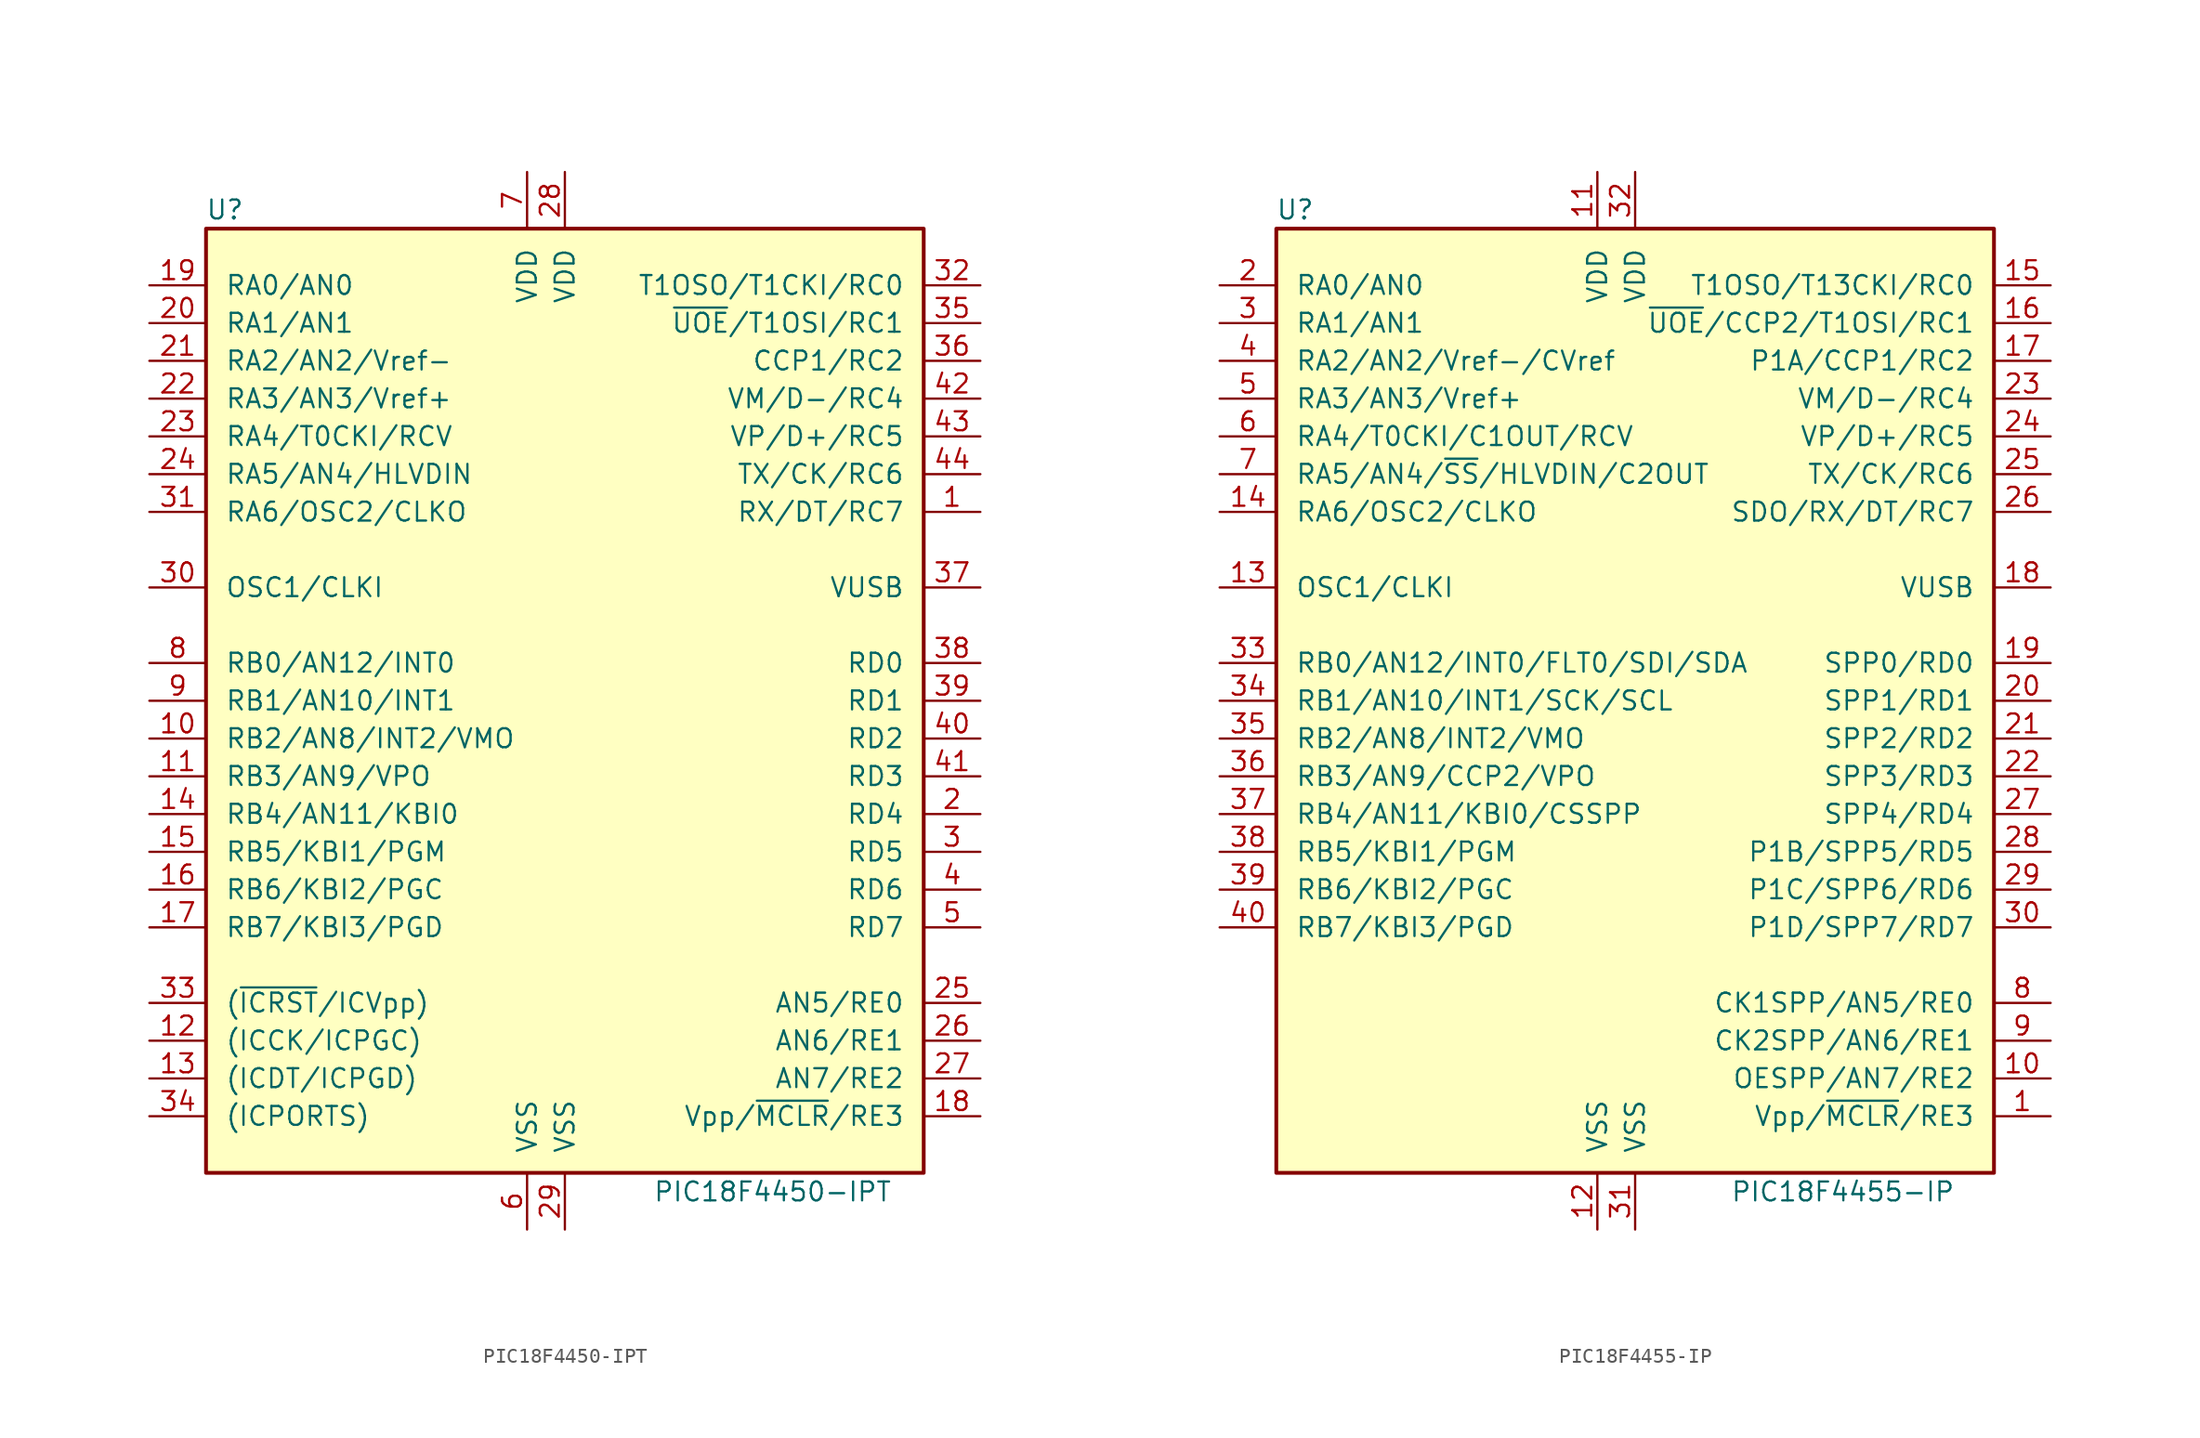
<source format=kicad_sym>
(kicad_symbol_lib
  (version 20201005)
  (generator kicad_symbol_editor)
  (symbol "PIC18F4450-IPT"
    (pin_names
      (offset 1.27))
    (property "Reference" "U"
      (at -22.86 33.02 0)
      (effects (font (size 1.27 1.27))))
    (property "Value" "PIC18F4450-IPT"
      (at 13.97 -33.02 0)
      (effects (font (size 1.27 1.27))))
    (symbol "PIC18F4450-IPT_0_1"
      (rectangle (start -24.13 31.75) (end 24.13 -31.75) (stroke (width 0.254)) (fill (type background))))
    (symbol "PIC18F4450-IPT_1_1"
      (pin bidirectional line (at 27.94 12.7 180) (length 3.81) (name "RX/DT/RC7" (effects (font (size 1.27 1.27)))) (number "1" (effects (font (size 1.27 1.27)))))
      (pin bidirectional line (at -27.94 -2.54 0) (length 3.81) (name "RB2/AN8/INT2/VMO" (effects (font (size 1.27 1.27)))) (number "10" (effects (font (size 1.27 1.27)))))
      (pin bidirectional line (at -27.94 -5.08 0) (length 3.81) (name "RB3/AN9/VPO" (effects (font (size 1.27 1.27)))) (number "11" (effects (font (size 1.27 1.27)))))
      (pin bidirectional line (at -27.94 -22.86 0) (length 3.81) (name "(ICCK/ICPGC)" (effects (font (size 1.27 1.27)))) (number "12" (effects (font (size 1.27 1.27)))))
      (pin bidirectional line (at -27.94 -25.4 0) (length 3.81) (name "(ICDT/ICPGD)" (effects (font (size 1.27 1.27)))) (number "13" (effects (font (size 1.27 1.27)))))
      (pin bidirectional line (at -27.94 -7.62 0) (length 3.81) (name "RB4/AN11/KBI0" (effects (font (size 1.27 1.27)))) (number "14" (effects (font (size 1.27 1.27)))))
      (pin bidirectional line (at -27.94 -10.16 0) (length 3.81) (name "RB5/KBI1/PGM" (effects (font (size 1.27 1.27)))) (number "15" (effects (font (size 1.27 1.27)))))
      (pin bidirectional line (at -27.94 -12.7 0) (length 3.81) (name "RB6/KBI2/PGC" (effects (font (size 1.27 1.27)))) (number "16" (effects (font (size 1.27 1.27)))))
      (pin bidirectional line (at -27.94 -15.24 0) (length 3.81) (name "RB7/KBI3/PGD" (effects (font (size 1.27 1.27)))) (number "17" (effects (font (size 1.27 1.27)))))
      (pin input line (at 27.94 -27.94 180) (length 3.81) (name "Vpp/~MCLR~/RE3" (effects (font (size 1.27 1.27)))) (number "18" (effects (font (size 1.27 1.27)))))
      (pin bidirectional line (at -27.94 27.94 0) (length 3.81) (name "RA0/AN0" (effects (font (size 1.27 1.27)))) (number "19" (effects (font (size 1.27 1.27)))))
      (pin bidirectional line (at 27.94 -7.62 180) (length 3.81) (name "RD4" (effects (font (size 1.27 1.27)))) (number "2" (effects (font (size 1.27 1.27)))))
      (pin bidirectional line (at -27.94 25.4 0) (length 3.81) (name "RA1/AN1" (effects (font (size 1.27 1.27)))) (number "20" (effects (font (size 1.27 1.27)))))
      (pin bidirectional line (at -27.94 22.86 0) (length 3.81) (name "RA2/AN2/Vref-" (effects (font (size 1.27 1.27)))) (number "21" (effects (font (size 1.27 1.27)))))
      (pin bidirectional line (at -27.94 20.32 0) (length 3.81) (name "RA3/AN3/Vref+" (effects (font (size 1.27 1.27)))) (number "22" (effects (font (size 1.27 1.27)))))
      (pin bidirectional line (at -27.94 17.78 0) (length 3.81) (name "RA4/T0CKI/RCV" (effects (font (size 1.27 1.27)))) (number "23" (effects (font (size 1.27 1.27)))))
      (pin bidirectional line (at -27.94 15.24 0) (length 3.81) (name "RA5/AN4/HLVDIN" (effects (font (size 1.27 1.27)))) (number "24" (effects (font (size 1.27 1.27)))))
      (pin bidirectional line (at 27.94 -20.32 180) (length 3.81) (name "AN5/RE0" (effects (font (size 1.27 1.27)))) (number "25" (effects (font (size 1.27 1.27)))))
      (pin bidirectional line (at 27.94 -22.86 180) (length 3.81) (name "AN6/RE1" (effects (font (size 1.27 1.27)))) (number "26" (effects (font (size 1.27 1.27)))))
      (pin bidirectional line (at 27.94 -25.4 180) (length 3.81) (name "AN7/RE2" (effects (font (size 1.27 1.27)))) (number "27" (effects (font (size 1.27 1.27)))))
      (pin power_in line (at 0 35.56 270) (length 3.81) (name "VDD" (effects (font (size 1.27 1.27)))) (number "28" (effects (font (size 1.27 1.27)))))
      (pin power_in line (at 0 -35.56 90) (length 3.81) (name "VSS" (effects (font (size 1.27 1.27)))) (number "29" (effects (font (size 1.27 1.27)))))
      (pin bidirectional line (at 27.94 -10.16 180) (length 3.81) (name "RD5" (effects (font (size 1.27 1.27)))) (number "3" (effects (font (size 1.27 1.27)))))
      (pin input line (at -27.94 7.62 0) (length 3.81) (name "OSC1/CLKI" (effects (font (size 1.27 1.27)))) (number "30" (effects (font (size 1.27 1.27)))))
      (pin output line (at -27.94 12.7 0) (length 3.81) (name "RA6/OSC2/CLKO" (effects (font (size 1.27 1.27)))) (number "31" (effects (font (size 1.27 1.27)))))
      (pin bidirectional line (at 27.94 27.94 180) (length 3.81) (name "T1OSO/T1CKI/RC0" (effects (font (size 1.27 1.27)))) (number "32" (effects (font (size 1.27 1.27)))))
      (pin input line (at -27.94 -20.32 0) (length 3.81) (name "(~ICRST~/ICVpp)" (effects (font (size 1.27 1.27)))) (number "33" (effects (font (size 1.27 1.27)))))
      (pin bidirectional line (at -27.94 -27.94 0) (length 3.81) (name "(ICPORTS)" (effects (font (size 1.27 1.27)))) (number "34" (effects (font (size 1.27 1.27)))))
      (pin bidirectional line (at 27.94 25.4 180) (length 3.81) (name "~UOE~/T1OSI/RC1" (effects (font (size 1.27 1.27)))) (number "35" (effects (font (size 1.27 1.27)))))
      (pin bidirectional line (at 27.94 22.86 180) (length 3.81) (name "CCP1/RC2" (effects (font (size 1.27 1.27)))) (number "36" (effects (font (size 1.27 1.27)))))
      (pin bidirectional line (at 27.94 7.62 180) (length 3.81) (name "VUSB" (effects (font (size 1.27 1.27)))) (number "37" (effects (font (size 1.27 1.27)))))
      (pin bidirectional line (at 27.94 2.54 180) (length 3.81) (name "RD0" (effects (font (size 1.27 1.27)))) (number "38" (effects (font (size 1.27 1.27)))))
      (pin bidirectional line (at 27.94 0 180) (length 3.81) (name "RD1" (effects (font (size 1.27 1.27)))) (number "39" (effects (font (size 1.27 1.27)))))
      (pin bidirectional line (at 27.94 -12.7 180) (length 3.81) (name "RD6" (effects (font (size 1.27 1.27)))) (number "4" (effects (font (size 1.27 1.27)))))
      (pin bidirectional line (at 27.94 -2.54 180) (length 3.81) (name "RD2" (effects (font (size 1.27 1.27)))) (number "40" (effects (font (size 1.27 1.27)))))
      (pin bidirectional line (at 27.94 -5.08 180) (length 3.81) (name "RD3" (effects (font (size 1.27 1.27)))) (number "41" (effects (font (size 1.27 1.27)))))
      (pin bidirectional line (at 27.94 20.32 180) (length 3.81) (name "VM/D-/RC4" (effects (font (size 1.27 1.27)))) (number "42" (effects (font (size 1.27 1.27)))))
      (pin bidirectional line (at 27.94 17.78 180) (length 3.81) (name "VP/D+/RC5" (effects (font (size 1.27 1.27)))) (number "43" (effects (font (size 1.27 1.27)))))
      (pin bidirectional line (at 27.94 15.24 180) (length 3.81) (name "TX/CK/RC6" (effects (font (size 1.27 1.27)))) (number "44" (effects (font (size 1.27 1.27)))))
      (pin bidirectional line (at 27.94 -15.24 180) (length 3.81) (name "RD7" (effects (font (size 1.27 1.27)))) (number "5" (effects (font (size 1.27 1.27)))))
      (pin power_in line (at -2.54 -35.56 90) (length 3.81) (name "VSS" (effects (font (size 1.27 1.27)))) (number "6" (effects (font (size 1.27 1.27)))))
      (pin power_in line (at -2.54 35.56 270) (length 3.81) (name "VDD" (effects (font (size 1.27 1.27)))) (number "7" (effects (font (size 1.27 1.27)))))
      (pin bidirectional line (at -27.94 2.54 0) (length 3.81) (name "RB0/AN12/INT0" (effects (font (size 1.27 1.27)))) (number "8" (effects (font (size 1.27 1.27)))))
      (pin bidirectional line (at -27.94 0 0) (length 3.81) (name "RB1/AN10/INT1" (effects (font (size 1.27 1.27)))) (number "9" (effects (font (size 1.27 1.27)))))))
  (symbol "PIC18F4455-IP"
    (pin_names
      (offset 1.27))
    (property "Reference" "U"
      (at -22.86 33.02 0)
      (effects (font (size 1.27 1.27))))
    (property "Value" "PIC18F4455-IP"
      (at 13.97 -33.02 0)
      (effects (font (size 1.27 1.27))))
    (symbol "PIC18F4455-IP_0_1"
      (rectangle (start -24.13 31.75) (end 24.13 -31.75) (stroke (width 0.254)) (fill (type background))))
    (symbol "PIC18F4455-IP_1_1"
      (pin input line (at 27.94 -27.94 180) (length 3.81) (name "Vpp/~MCLR~/RE3" (effects (font (size 1.27 1.27)))) (number "1" (effects (font (size 1.27 1.27)))))
      (pin bidirectional line (at 27.94 -25.4 180) (length 3.81) (name "OESPP/AN7/RE2" (effects (font (size 1.27 1.27)))) (number "10" (effects (font (size 1.27 1.27)))))
      (pin power_in line (at -2.54 35.56 270) (length 3.81) (name "VDD" (effects (font (size 1.27 1.27)))) (number "11" (effects (font (size 1.27 1.27)))))
      (pin power_in line (at -2.54 -35.56 90) (length 3.81) (name "VSS" (effects (font (size 1.27 1.27)))) (number "12" (effects (font (size 1.27 1.27)))))
      (pin input line (at -27.94 7.62 0) (length 3.81) (name "OSC1/CLKI" (effects (font (size 1.27 1.27)))) (number "13" (effects (font (size 1.27 1.27)))))
      (pin output line (at -27.94 12.7 0) (length 3.81) (name "RA6/OSC2/CLKO" (effects (font (size 1.27 1.27)))) (number "14" (effects (font (size 1.27 1.27)))))
      (pin bidirectional line (at 27.94 27.94 180) (length 3.81) (name "T1OSO/T13CKI/RC0" (effects (font (size 1.27 1.27)))) (number "15" (effects (font (size 1.27 1.27)))))
      (pin bidirectional line (at 27.94 25.4 180) (length 3.81) (name "~UOE~/CCP2/T1OSI/RC1" (effects (font (size 1.27 1.27)))) (number "16" (effects (font (size 1.27 1.27)))))
      (pin bidirectional line (at 27.94 22.86 180) (length 3.81) (name "P1A/CCP1/RC2" (effects (font (size 1.27 1.27)))) (number "17" (effects (font (size 1.27 1.27)))))
      (pin bidirectional line (at 27.94 7.62 180) (length 3.81) (name "VUSB" (effects (font (size 1.27 1.27)))) (number "18" (effects (font (size 1.27 1.27)))))
      (pin bidirectional line (at 27.94 2.54 180) (length 3.81) (name "SPP0/RD0" (effects (font (size 1.27 1.27)))) (number "19" (effects (font (size 1.27 1.27)))))
      (pin bidirectional line (at -27.94 27.94 0) (length 3.81) (name "RA0/AN0" (effects (font (size 1.27 1.27)))) (number "2" (effects (font (size 1.27 1.27)))))
      (pin bidirectional line (at 27.94 0 180) (length 3.81) (name "SPP1/RD1" (effects (font (size 1.27 1.27)))) (number "20" (effects (font (size 1.27 1.27)))))
      (pin bidirectional line (at 27.94 -2.54 180) (length 3.81) (name "SPP2/RD2" (effects (font (size 1.27 1.27)))) (number "21" (effects (font (size 1.27 1.27)))))
      (pin bidirectional line (at 27.94 -5.08 180) (length 3.81) (name "SPP3/RD3" (effects (font (size 1.27 1.27)))) (number "22" (effects (font (size 1.27 1.27)))))
      (pin bidirectional line (at 27.94 20.32 180) (length 3.81) (name "VM/D-/RC4" (effects (font (size 1.27 1.27)))) (number "23" (effects (font (size 1.27 1.27)))))
      (pin bidirectional line (at 27.94 17.78 180) (length 3.81) (name "VP/D+/RC5" (effects (font (size 1.27 1.27)))) (number "24" (effects (font (size 1.27 1.27)))))
      (pin bidirectional line (at 27.94 15.24 180) (length 3.81) (name "TX/CK/RC6" (effects (font (size 1.27 1.27)))) (number "25" (effects (font (size 1.27 1.27)))))
      (pin bidirectional line (at 27.94 12.7 180) (length 3.81) (name "SDO/RX/DT/RC7" (effects (font (size 1.27 1.27)))) (number "26" (effects (font (size 1.27 1.27)))))
      (pin bidirectional line (at 27.94 -7.62 180) (length 3.81) (name "SPP4/RD4" (effects (font (size 1.27 1.27)))) (number "27" (effects (font (size 1.27 1.27)))))
      (pin bidirectional line (at 27.94 -10.16 180) (length 3.81) (name "P1B/SPP5/RD5" (effects (font (size 1.27 1.27)))) (number "28" (effects (font (size 1.27 1.27)))))
      (pin bidirectional line (at 27.94 -12.7 180) (length 3.81) (name "P1C/SPP6/RD6" (effects (font (size 1.27 1.27)))) (number "29" (effects (font (size 1.27 1.27)))))
      (pin bidirectional line (at -27.94 25.4 0) (length 3.81) (name "RA1/AN1" (effects (font (size 1.27 1.27)))) (number "3" (effects (font (size 1.27 1.27)))))
      (pin bidirectional line (at 27.94 -15.24 180) (length 3.81) (name "P1D/SPP7/RD7" (effects (font (size 1.27 1.27)))) (number "30" (effects (font (size 1.27 1.27)))))
      (pin power_in line (at 0 -35.56 90) (length 3.81) (name "VSS" (effects (font (size 1.27 1.27)))) (number "31" (effects (font (size 1.27 1.27)))))
      (pin power_in line (at 0 35.56 270) (length 3.81) (name "VDD" (effects (font (size 1.27 1.27)))) (number "32" (effects (font (size 1.27 1.27)))))
      (pin bidirectional line (at -27.94 2.54 0) (length 3.81) (name "RB0/AN12/INT0/FLT0/SDI/SDA" (effects (font (size 1.27 1.27)))) (number "33" (effects (font (size 1.27 1.27)))))
      (pin bidirectional line (at -27.94 0 0) (length 3.81) (name "RB1/AN10/INT1/SCK/SCL" (effects (font (size 1.27 1.27)))) (number "34" (effects (font (size 1.27 1.27)))))
      (pin bidirectional line (at -27.94 -2.54 0) (length 3.81) (name "RB2/AN8/INT2/VMO" (effects (font (size 1.27 1.27)))) (number "35" (effects (font (size 1.27 1.27)))))
      (pin bidirectional line (at -27.94 -5.08 0) (length 3.81) (name "RB3/AN9/CCP2/VPO" (effects (font (size 1.27 1.27)))) (number "36" (effects (font (size 1.27 1.27)))))
      (pin bidirectional line (at -27.94 -7.62 0) (length 3.81) (name "RB4/AN11/KBI0/CSSPP" (effects (font (size 1.27 1.27)))) (number "37" (effects (font (size 1.27 1.27)))))
      (pin bidirectional line (at -27.94 -10.16 0) (length 3.81) (name "RB5/KBI1/PGM" (effects (font (size 1.27 1.27)))) (number "38" (effects (font (size 1.27 1.27)))))
      (pin bidirectional line (at -27.94 -12.7 0) (length 3.81) (name "RB6/KBI2/PGC" (effects (font (size 1.27 1.27)))) (number "39" (effects (font (size 1.27 1.27)))))
      (pin bidirectional line (at -27.94 22.86 0) (length 3.81) (name "RA2/AN2/Vref-/CVref" (effects (font (size 1.27 1.27)))) (number "4" (effects (font (size 1.27 1.27)))))
      (pin bidirectional line (at -27.94 -15.24 0) (length 3.81) (name "RB7/KBI3/PGD" (effects (font (size 1.27 1.27)))) (number "40" (effects (font (size 1.27 1.27)))))
      (pin bidirectional line (at -27.94 20.32 0) (length 3.81) (name "RA3/AN3/Vref+" (effects (font (size 1.27 1.27)))) (number "5" (effects (font (size 1.27 1.27)))))
      (pin bidirectional line (at -27.94 17.78 0) (length 3.81) (name "RA4/T0CKI/C1OUT/RCV" (effects (font (size 1.27 1.27)))) (number "6" (effects (font (size 1.27 1.27)))))
      (pin bidirectional line (at -27.94 15.24 0) (length 3.81) (name "RA5/AN4/~SS~/HLVDIN/C2OUT" (effects (font (size 1.27 1.27)))) (number "7" (effects (font (size 1.27 1.27)))))
      (pin bidirectional line (at 27.94 -20.32 180) (length 3.81) (name "CK1SPP/AN5/RE0" (effects (font (size 1.27 1.27)))) (number "8" (effects (font (size 1.27 1.27)))))
      (pin bidirectional line (at 27.94 -22.86 180) (length 3.81) (name "CK2SPP/AN6/RE1" (effects (font (size 1.27 1.27)))) (number "9" (effects (font (size 1.27 1.27))))))))
</source>
